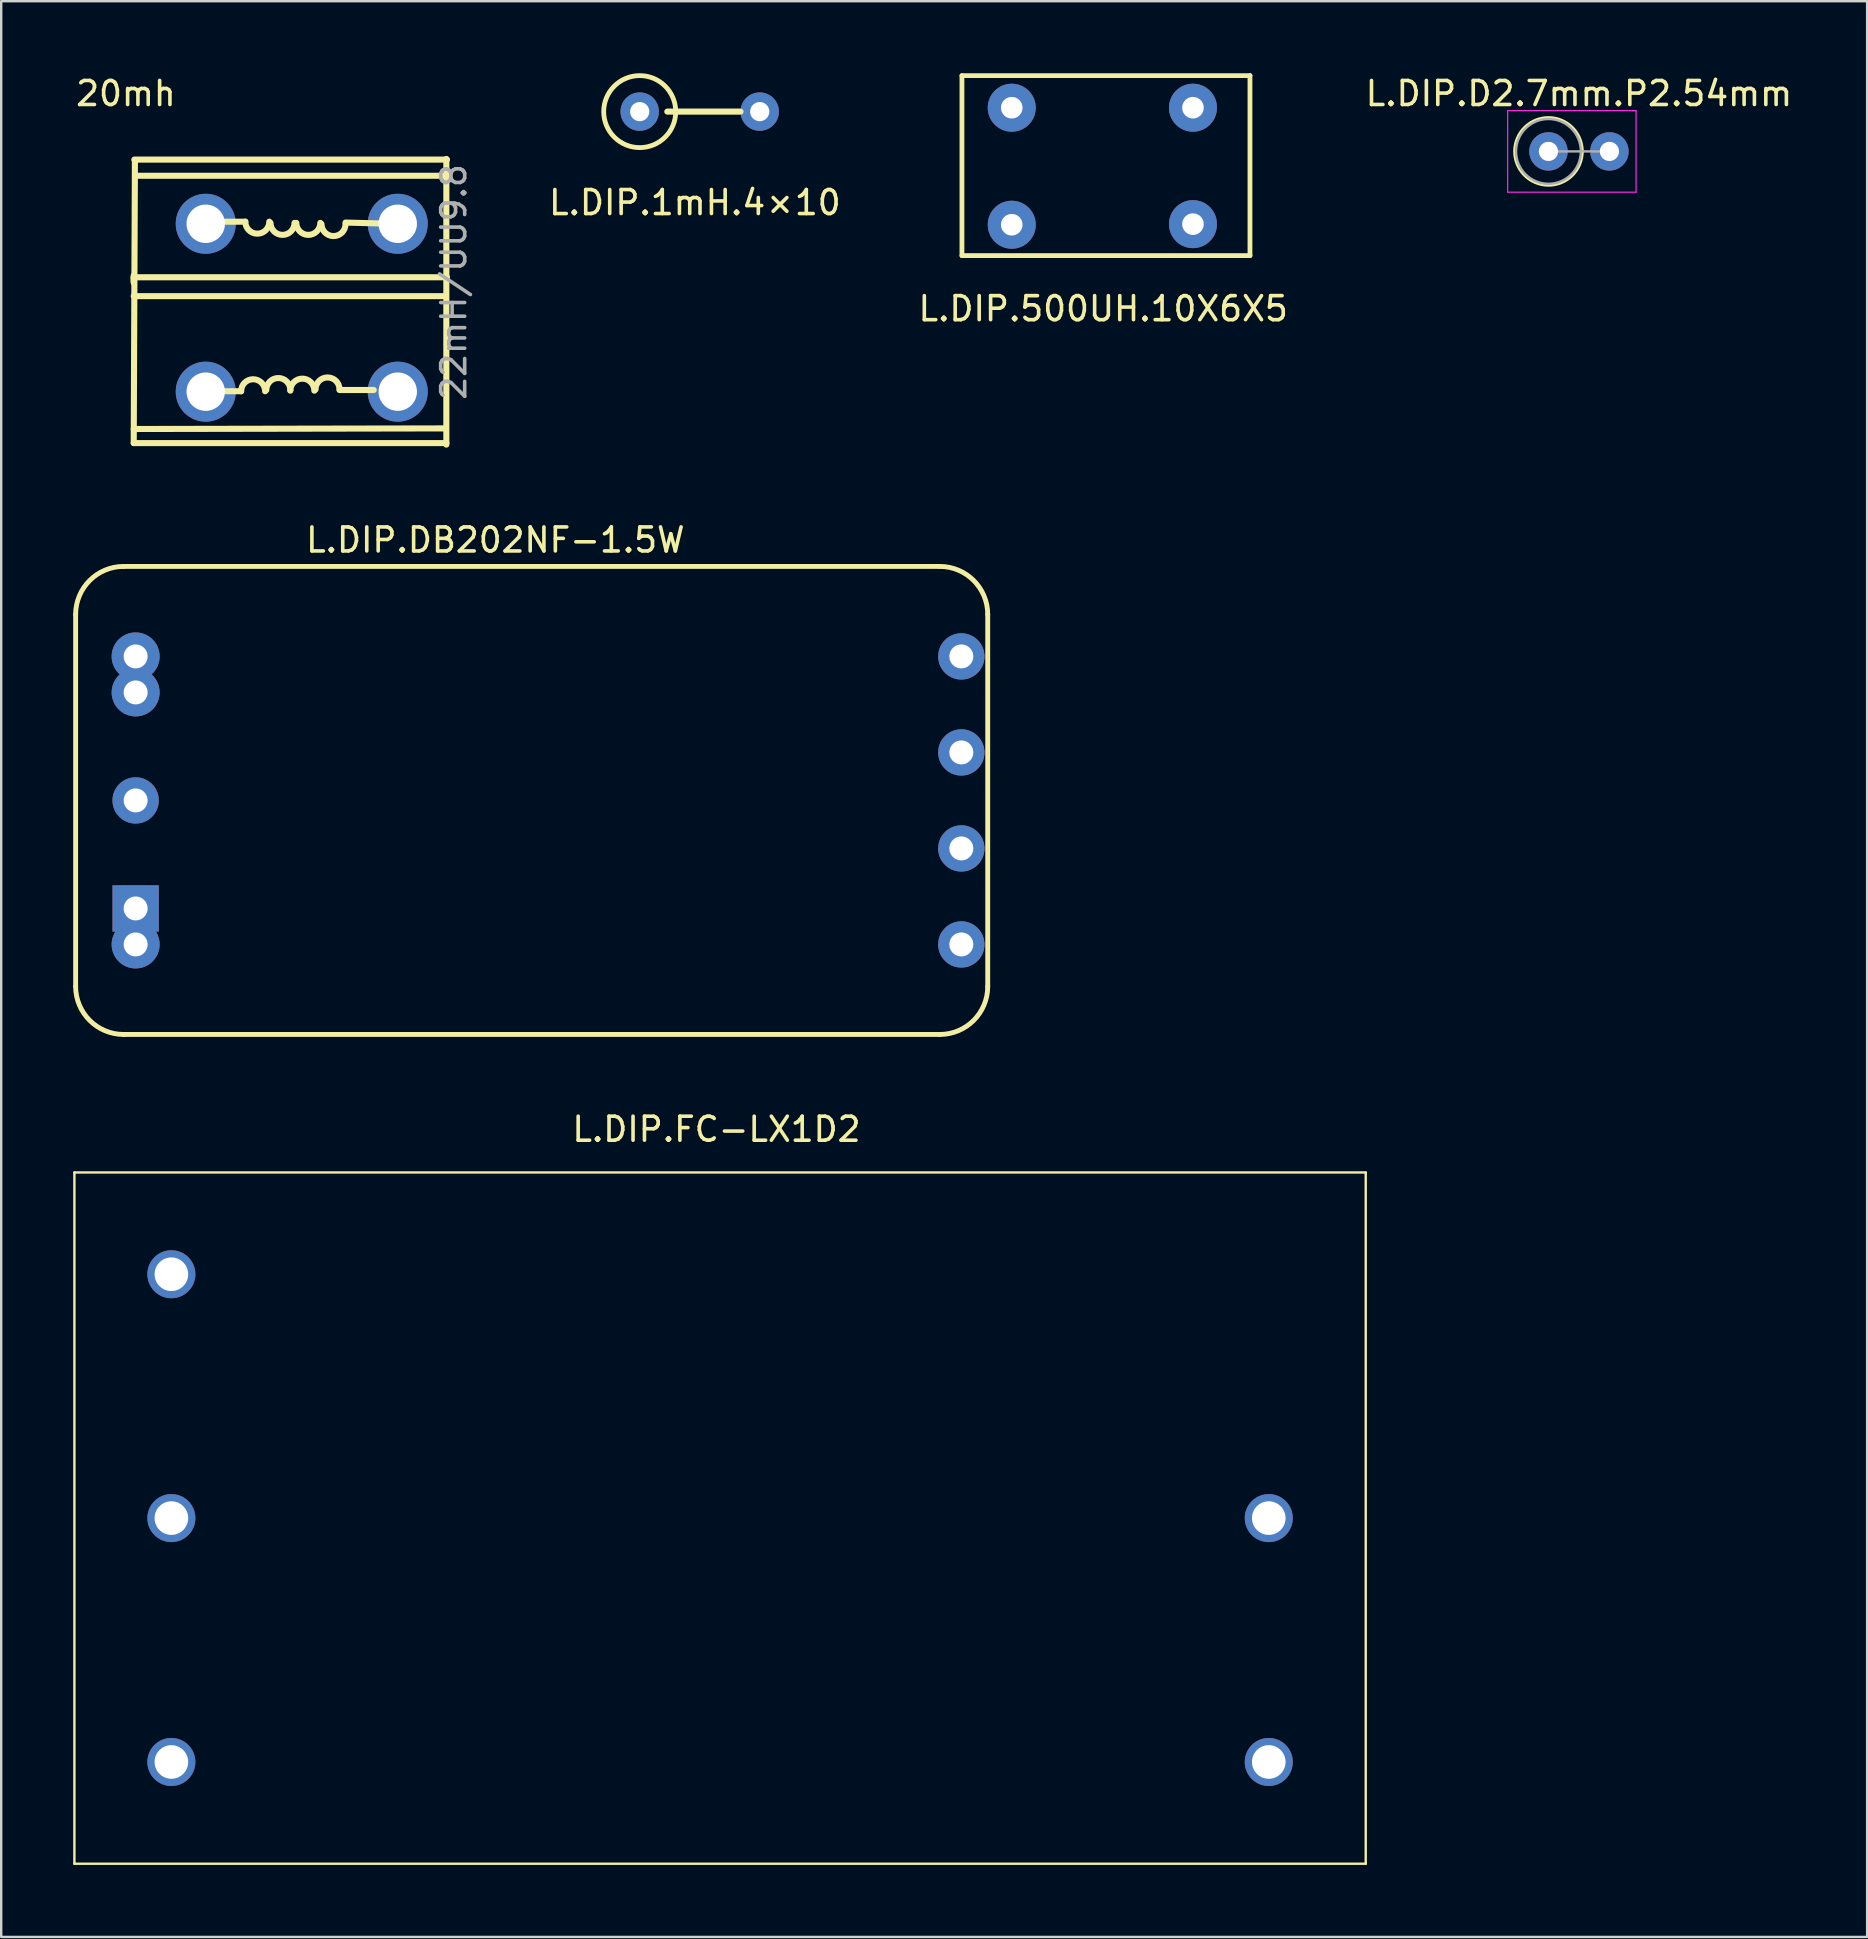
<source format=kicad_pcb>
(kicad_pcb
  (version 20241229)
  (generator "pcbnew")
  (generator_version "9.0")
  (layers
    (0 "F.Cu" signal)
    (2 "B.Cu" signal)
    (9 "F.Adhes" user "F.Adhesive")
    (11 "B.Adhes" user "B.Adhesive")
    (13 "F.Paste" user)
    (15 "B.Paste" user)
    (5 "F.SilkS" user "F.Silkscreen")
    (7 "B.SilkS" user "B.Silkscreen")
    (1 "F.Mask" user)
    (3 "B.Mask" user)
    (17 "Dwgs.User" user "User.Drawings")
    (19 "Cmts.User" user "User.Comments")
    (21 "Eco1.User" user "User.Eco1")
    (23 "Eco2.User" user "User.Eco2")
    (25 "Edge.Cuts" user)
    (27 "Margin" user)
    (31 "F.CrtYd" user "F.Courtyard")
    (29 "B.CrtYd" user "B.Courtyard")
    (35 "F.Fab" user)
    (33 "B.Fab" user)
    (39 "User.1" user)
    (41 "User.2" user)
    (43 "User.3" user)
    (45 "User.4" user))
  (footprint "20mh"
    (layer "F.Cu")
    (at 9.071 10.523)
    (property "Reference" "20mh" (at -6.875 -9.675 0) (layer "F.SilkS") (effects (font (size 1 1) (thickness 0.15))))
    (attr through_hole)
    (fp_line (start -6.55 -1.844) (end -6.55 -2.021) (stroke (width 0.254) (type solid)) (layer "F.SilkS"))
    (fp_line (start -6.55 -1.793) (end -6.55 -2.098) (stroke (width 0.254) (type solid)) (layer "F.SilkS"))
    (fp_line (start -6.55 4.887) (end -6.5 -6.9) (stroke (width 0.254) (type solid)) (layer "F.SilkS"))
    (fp_line (start -2.075 2.727) (end -3.025 2.727) (stroke (width 0.254) (type solid)) (layer "F.SilkS"))
    (fp_line (start -1.901 -4.337) (end -2.851 -4.337) (stroke (width 0.254) (type solid)) (layer "F.SilkS"))
    (fp_line (start 3.45 2.675) (end 2.025 2.675) (stroke (width 0.254) (type solid)) (layer "F.SilkS"))
    (fp_line (start 3.775 -4.262) (end 2.275 -4.3) (stroke (width 0.254) (type solid)) (layer "F.SilkS"))
    (fp_line (start 6.425 -1.234) (end -6.55 -1.234) (stroke (width 0.254) (type solid)) (layer "F.SilkS"))
    (fp_line (start 6.45 4.275) (end -6.55 4.3) (stroke (width 0.254) (type solid)) (layer "F.SilkS"))
    (fp_line (start 6.475 4.887) (end -6.55 4.887) (stroke (width 0.254) (type solid)) (layer "F.SilkS"))
    (fp_line (start 6.475 4.95) (end 6.475 -6.95) (stroke (width 0.254) (type solid)) (layer "F.SilkS"))
    (fp_line (start 6.5 -6.924) (end -6.525 -6.924) (stroke (width 0.254) (type solid)) (layer "F.SilkS"))
    (fp_line (start 6.5 -6.25) (end -6.475 -6.25) (stroke (width 0.254) (type solid)) (layer "F.SilkS"))
    (fp_line (start 6.5 -2.021) (end -6.55 -2.021) (stroke (width 0.254) (type solid)) (layer "F.SilkS"))
    (fp_arc (start -2.07538 2.72724) (mid -1.57538 2.22724) (end -1.07538 2.72724) (stroke (width 0.254) (type solid)) (layer "F.SilkS"))
    (fp_arc (start -1.02539 2.67723) (mid -0.52539 2.17723) (end -0.02539 2.67723) (stroke (width 0.254) (type solid)) (layer "F.SilkS"))
    (fp_arc (start -0.90078 -4.33744) (mid -1.40078 -3.83744) (end -1.90078 -4.33744) (stroke (width 0.254) (type solid)) (layer "F.SilkS"))
    (fp_arc (start -0.02538 2.70224) (mid 0.47462 2.20224) (end 0.97462 2.70224) (stroke (width 0.254) (type solid)) (layer "F.SilkS"))
    (fp_arc (start 0.14921 -4.28742) (mid -0.35079 -3.78742) (end -0.85079 -4.28742) (stroke (width 0.254) (type solid)) (layer "F.SilkS"))
    (fp_arc (start 1.02461 2.65223) (mid 1.52461 2.15223) (end 2.02461 2.65223) (stroke (width 0.254) (type solid)) (layer "F.SilkS"))
    (fp_arc (start 1.22422 -4.28744) (mid 0.72422 -3.78744) (end 0.22422 -4.28744) (stroke (width 0.254) (type solid)) (layer "F.SilkS"))
    (fp_arc (start 2.27421 -4.23742) (mid 1.77421 -3.73742) (end 1.27421 -4.23742) (stroke (width 0.254) (type solid)) (layer "F.SilkS"))
    (fp_text user "22mH/UU9.8" (at 6.784 -1.827 90) (layer "F.Fab") (effects (font (size 1 1) (thickness 0.15))))
    (pad "1" thru_hole circle (at -3.55 2.745) (size 2.5 2.5) (drill 1.6) (layers "*.Cu" "*.Mask"))
    (pad "2" thru_hole circle (at -3.55 -4.25) (size 2.5 2.5) (drill 1.6) (layers "*.Cu" "*.Mask"))
    (pad "3" thru_hole circle (at 4.45 -4.25) (size 2.5 2.5) (drill 1.6) (layers "*.Cu" "*.Mask"))
    (pad "4" thru_hole circle (at 4.45 2.745) (size 2.5 2.5) (drill 1.6) (layers "*.Cu" "*.Mask")))
  (footprint "L.DIP.500UH.10X6X5"
    (layer "F.Cu")
    (at 42.912 9.312)
    (property "Reference" "L.DIP.500UH.10X6X5" (at 0 0.5 0) (layer "F.SilkS") (effects (font (size 1 1) (thickness 0.15))))
    (attr through_hole)
    (fp_line (start -5.885 -9.211) (end 6.115 -9.211) (stroke (width 0.2) (type solid)) (layer "F.SilkS"))
    (fp_line (start -5.885 -1.712) (end -5.885 -9.211) (stroke (width 0.2) (type solid)) (layer "F.SilkS"))
    (fp_line (start -5.885 -1.712) (end 6.115 -1.712) (stroke (width 0.2) (type solid)) (layer "F.SilkS"))
    (fp_line (start 6.115 -1.712) (end 6.115 -9.211) (stroke (width 0.2) (type solid)) (layer "F.SilkS"))
    (pad "1" thru_hole circle (at -3.81 -7.874 90) (size 2 2) (drill 0.9) (layers "*.Cu" "*.Mask"))
    (pad "2" thru_hole circle (at 3.74 -7.874 90) (size 2 2) (drill 0.9) (layers "*.Cu" "*.Mask"))
    (pad "3" thru_hole circle (at 3.74 -3.024 90) (size 2 2) (drill 0.9) (layers "*.Cu" "*.Mask"))
    (pad "4" thru_hole circle (at -3.81 -2.999 90) (size 2 2) (drill 0.9) (layers "*.Cu" "*.Mask")))
  (footprint "L.DIP.FC-LX1D2"
    (layer "F.Cu")
    (at 26.95 60.198)
    (property "Reference" "L.DIP.FC-LX1D2" (at -0.15 -16.2 0) (layer "F.SilkS") (effects (font (size 1 1) (thickness 0.15))))
    (attr through_hole)
    (fp_line (start -26.9 -14.4) (end 26.9 -14.4) (stroke (width 0.1) (type solid)) (layer "F.SilkS"))
    (fp_line (start -26.9 14.4) (end -26.9 -14.4) (stroke (width 0.1) (type solid)) (layer "F.SilkS"))
    (fp_line (start -26.9 14.4) (end 26.9 14.4) (stroke (width 0.1) (type solid)) (layer "F.SilkS"))
    (fp_line (start 26.9 14.4) (end 26.9 -14.4) (stroke (width 0.1) (type solid)) (layer "F.SilkS"))
    (pad "1" thru_hole circle (at -22.86 -10.16) (size 2 2) (drill 1.4) (layers "*.Cu" "*.Mask"))
    (pad "2" thru_hole circle (at -22.86 0) (size 2 2) (drill 1.4) (layers "*.Cu" "*.Mask"))
    (pad "3" thru_hole circle (at -22.86 10.16) (size 2 2) (drill 1.4) (layers "*.Cu" "*.Mask"))
    (pad "4" thru_hole circle (at 22.86 10.16) (size 2 2) (drill 1.4) (layers "*.Cu" "*.Mask"))
    (pad "5" thru_hole circle (at 22.86 0) (size 2 2) (drill 1.4) (layers "*.Cu" "*.Mask")))
  (footprint "L.DIP.1mH.4×10"
    (layer "F.Cu")
    (at 25.951 1.64)
    (property "Reference" "L.DIP.1mH.4×10" (at -0.051 3.751 0) (layer "F.SilkS") (effects (font (size 1 1) (thickness 0.15))))
    (attr through_hole)
    (fp_line (start -1.199 -0.04) (end 1.851 -0.04) (stroke (width 0.254) (type solid)) (layer "F.SilkS"))
    (fp_circle (center -2.349 -0.04) (end -0.849 -0.04) (stroke (width 0.2) (type solid)) (fill no) (layer "F.SilkS"))
    (pad "1" thru_hole circle (at -2.349 -0.04) (size 1.6 1.6) (drill 0.8) (layers "*.Cu" "*.Mask"))
    (pad "2" thru_hole circle (at 2.651 -0.04) (size 1.6 1.6) (drill 0.8) (layers "*.Cu" "*.Mask")))
  (footprint "L.DIP.D2.7mm.P2.54mm"
    (layer "F.Cu")
    (at 61.463 3.258)
    (property "Reference" "L.DIP.D2.7mm.P2.54mm" (at 1.27 -2.41 0) (layer "F.SilkS") (effects (font (size 1 1) (thickness 0.15))))
    (attr through_hole)
    (fp_line (start 1.41 0) (end 1.44 0) (stroke (width 0.12) (type solid)) (layer "F.SilkS"))
    (fp_circle (center 0 0) (end 1.41 0) (stroke (width 0.12) (type solid)) (fill no) (layer "F.SilkS"))
    (fp_line (start -1.7 -1.7) (end -1.7 1.7) (stroke (width 0.05) (type solid)) (layer "F.CrtYd"))
    (fp_line (start -1.7 1.7) (end 3.65 1.7) (stroke (width 0.05) (type solid)) (layer "F.CrtYd"))
    (fp_line (start 3.65 -1.7) (end -1.7 -1.7) (stroke (width 0.05) (type solid)) (layer "F.CrtYd"))
    (fp_line (start 3.65 1.7) (end 3.65 -1.7) (stroke (width 0.05) (type solid)) (layer "F.CrtYd"))
    (fp_line (start 0 0) (end 2.54 0) (stroke (width 0.1) (type solid)) (layer "F.Fab"))
    (fp_circle (center 0 0) (end 1.35 0) (stroke (width 0.1) (type solid)) (fill no) (layer "F.Fab"))
    (pad "1" thru_hole circle (at 0 0) (size 1.6 1.6) (drill 0.8) (layers "*.Cu" "*.Mask"))
    (pad "2" thru_hole oval (at 2.54 0) (size 1.6 1.6) (drill 0.8) (layers "*.Cu" "*.Mask")))
  (footprint "L.DIP.DB202NF-1.5W"
    (layer "F.Cu")
    (at 19.543 31.234)
    (property "Reference" "L.DIP.DB202NF-1.5W" (at -1.956 -11.786 0) (layer "F.SilkS") (effects (font (size 1 1) (thickness 0.15))))
    (attr through_hole)
    (fp_line (start -19.442 6.814) (end -19.442 -8.686) (stroke (width 0.203) (type solid)) (layer "F.SilkS"))
    (fp_line (start -17.442 -10.686) (end 16.558 -10.686) (stroke (width 0.203) (type solid)) (layer "F.SilkS"))
    (fp_line (start -17.442 8.814) (end 16.558 8.814) (stroke (width 0.203) (type solid)) (layer "F.SilkS"))
    (fp_line (start 18.558 6.814) (end 18.558 -8.686) (stroke (width 0.203) (type solid)) (layer "F.SilkS"))
    (fp_arc (start -19.44179 -8.68558) (mid -18.856004 -10.099794) (end -17.44179 -10.68558) (stroke (width 0.2032) (type solid)) (layer "F.SilkS"))
    (fp_arc (start -17.44179 8.81442) (mid -18.856004 8.228634) (end -19.44179 6.81442) (stroke (width 0.2032) (type solid)) (layer "F.SilkS"))
    (fp_arc (start 16.55819 -10.68558) (mid 17.972404 -10.099794) (end 18.55819 -8.68558) (stroke (width 0.2032) (type solid)) (layer "F.SilkS"))
    (fp_arc (start 18.55821 6.81442) (mid 17.972424 8.228634) (end 16.55821 8.81442) (stroke (width 0.2032) (type solid)) (layer "F.SilkS"))
    (pad "1" thru_hole circle (at -16.942 -5.436 90) (size 2 2) (drill 1) (layers "*.Cu" "*.Mask"))
    (pad "2" thru_hole circle (at 17.458 5.064 90) (size 1.93 1.93) (drill 1) (layers "*.Cu" "*.Mask"))
    (pad "3" thru_hole rect (at -16.942 3.564 90) (size 1.93 1.93) (drill 1) (layers "*.Cu" "*.Mask"))
    (pad "4" thru_hole circle (at 17.458 1.064 90) (size 1.93 1.93) (drill 1) (layers "*.Cu" "*.Mask"))
    (pad "5" thru_hole circle (at -16.942 -0.936 90) (size 1.93 1.93) (drill 1) (layers "*.Cu" "*.Mask"))
    (pad "6" thru_hole circle (at 17.458 -2.936 90) (size 1.93 1.93) (drill 1) (layers "*.Cu" "*.Mask"))
    (pad "7" thru_hole circle (at 17.458 -6.936 90) (size 1.93 1.93) (drill 1) (layers "*.Cu" "*.Mask"))
    (pad "8" thru_hole circle (at -16.942 -6.936) (size 2 2) (drill 1) (layers "*.Cu" "*.Mask"))
    (pad "9" thru_hole circle (at -16.942 5.064) (size 2 2) (drill 1) (layers "*.Cu" "*.Mask")))
  (gr_rect
    (start -3 -3)
    (end 74.739 77.648)
    (stroke (width 0.1) (type default))
    (fill no)
    (layer "Edge.Cuts")))
</source>
